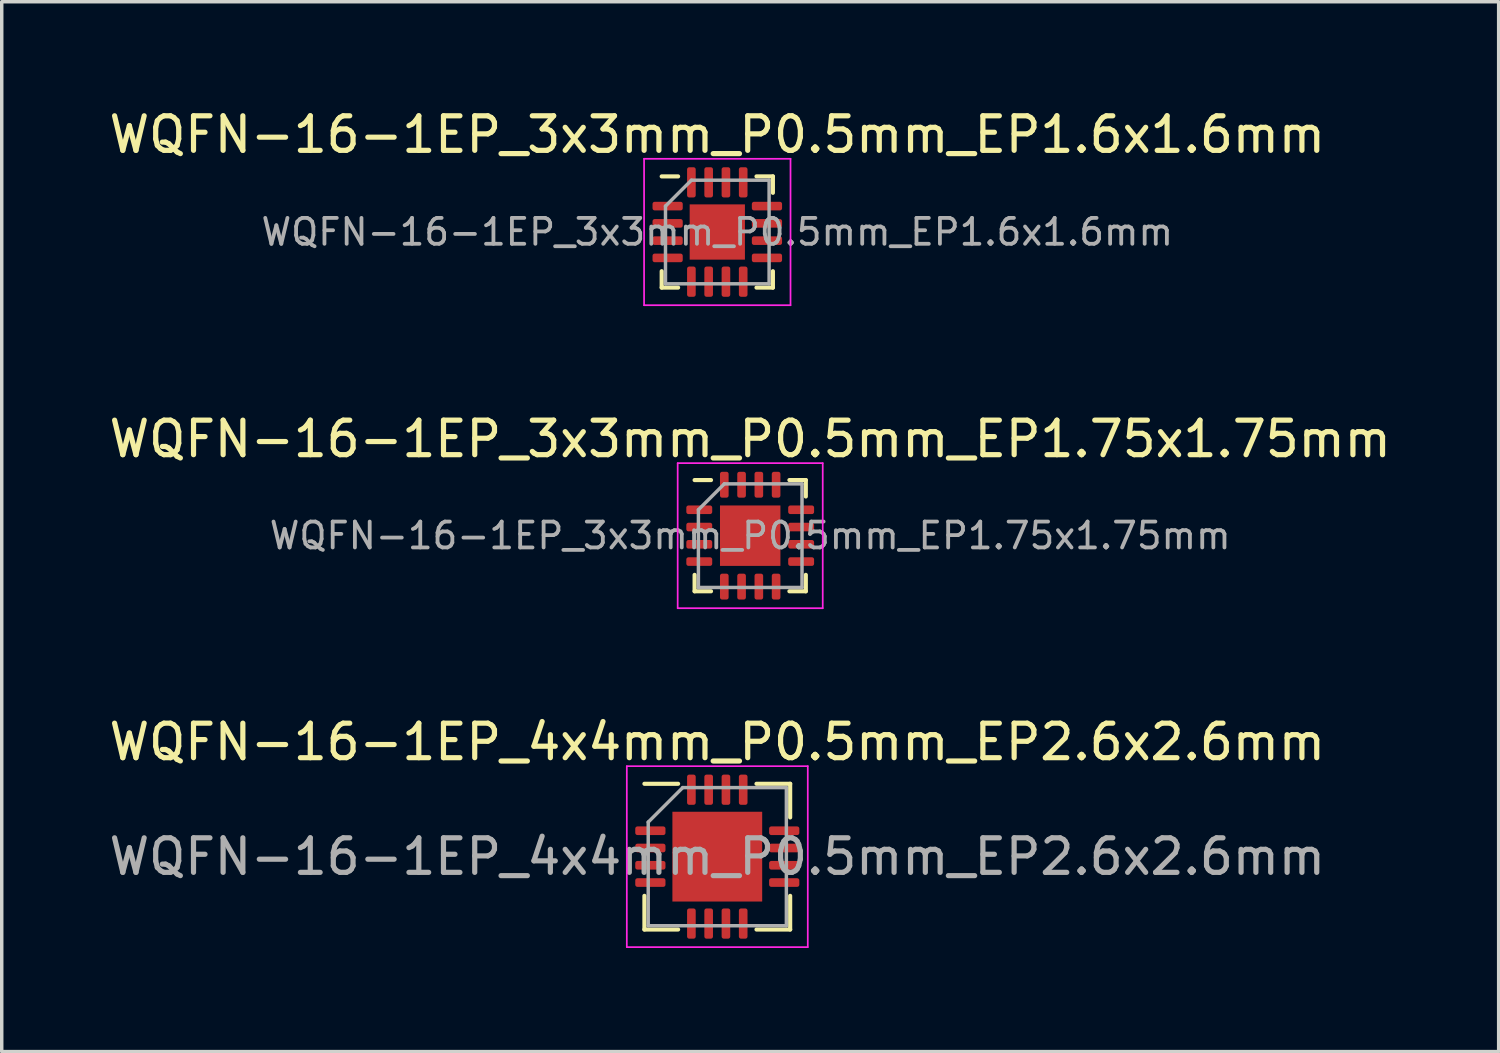
<source format=kicad_pcb>
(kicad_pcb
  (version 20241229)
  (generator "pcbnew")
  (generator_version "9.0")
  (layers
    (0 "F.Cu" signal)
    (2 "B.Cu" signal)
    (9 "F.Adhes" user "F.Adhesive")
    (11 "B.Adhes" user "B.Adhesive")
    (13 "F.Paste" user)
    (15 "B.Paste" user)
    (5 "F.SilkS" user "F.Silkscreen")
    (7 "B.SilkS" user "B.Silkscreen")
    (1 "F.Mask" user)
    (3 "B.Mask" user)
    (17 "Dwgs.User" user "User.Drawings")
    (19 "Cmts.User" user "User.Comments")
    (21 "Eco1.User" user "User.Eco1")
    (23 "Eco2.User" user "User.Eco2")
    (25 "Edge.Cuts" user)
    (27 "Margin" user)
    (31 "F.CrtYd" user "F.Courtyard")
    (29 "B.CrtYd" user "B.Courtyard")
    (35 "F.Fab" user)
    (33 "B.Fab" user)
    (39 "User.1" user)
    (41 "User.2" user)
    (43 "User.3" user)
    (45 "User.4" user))
  (footprint "WQFN-16-1EP_3x3mm_P0.5mm_EP1.6x1.6mm"
    (layer "F.Cu")
    (at 17.72 3.668)
    (property "Reference" "WQFN-16-1EP_3x3mm_P0.5mm_EP1.6x1.6mm" (at 0 -2.82 0) (layer "F.SilkS") (effects (font (size 1 1) (thickness 0.15))))
    (attr smd)
    (fp_line (start -1.61 1.61) (end -1.61 1.135) (stroke (width 0.12) (type solid)) (layer "F.SilkS"))
    (fp_line (start -1.135 -1.61) (end -1.61 -1.61) (stroke (width 0.12) (type solid)) (layer "F.SilkS"))
    (fp_line (start -1.135 1.61) (end -1.61 1.61) (stroke (width 0.12) (type solid)) (layer "F.SilkS"))
    (fp_line (start 1.135 -1.61) (end 1.61 -1.61) (stroke (width 0.12) (type solid)) (layer "F.SilkS"))
    (fp_line (start 1.135 1.61) (end 1.61 1.61) (stroke (width 0.12) (type solid)) (layer "F.SilkS"))
    (fp_line (start 1.61 -1.61) (end 1.61 -1.135) (stroke (width 0.12) (type solid)) (layer "F.SilkS"))
    (fp_line (start 1.61 1.61) (end 1.61 1.135) (stroke (width 0.12) (type solid)) (layer "F.SilkS"))
    (fp_line (start -2.12 -2.12) (end -2.12 2.12) (stroke (width 0.05) (type solid)) (layer "F.CrtYd"))
    (fp_line (start -2.12 2.12) (end 2.12 2.12) (stroke (width 0.05) (type solid)) (layer "F.CrtYd"))
    (fp_line (start 2.12 -2.12) (end -2.12 -2.12) (stroke (width 0.05) (type solid)) (layer "F.CrtYd"))
    (fp_line (start 2.12 2.12) (end 2.12 -2.12) (stroke (width 0.05) (type solid)) (layer "F.CrtYd"))
    (fp_line (start -1.5 -0.75) (end -0.75 -1.5) (stroke (width 0.1) (type solid)) (layer "F.Fab"))
    (fp_line (start -1.5 1.5) (end -1.5 -0.75) (stroke (width 0.1) (type solid)) (layer "F.Fab"))
    (fp_line (start -0.75 -1.5) (end 1.5 -1.5) (stroke (width 0.1) (type solid)) (layer "F.Fab"))
    (fp_line (start 1.5 -1.5) (end 1.5 1.5) (stroke (width 0.1) (type solid)) (layer "F.Fab"))
    (fp_line (start 1.5 1.5) (end -1.5 1.5) (stroke (width 0.1) (type solid)) (layer "F.Fab"))
    (fp_text user "${REFERENCE}" (at 0 0 0) (layer "F.Fab") (effects (font (size 0.75 0.75) (thickness 0.11))))
    (pad "" smd roundrect (at -0.4 -0.4) (size 0.64 0.64) (layers "F.Paste") (roundrect_rratio 0.25))
    (pad "" smd roundrect (at -0.4 0.4) (size 0.64 0.64) (layers "F.Paste") (roundrect_rratio 0.25))
    (pad "" smd roundrect (at 0.4 -0.4) (size 0.64 0.64) (layers "F.Paste") (roundrect_rratio 0.25))
    (pad "" smd roundrect (at 0.4 0.4) (size 0.64 0.64) (layers "F.Paste") (roundrect_rratio 0.25))
    (pad "1" smd roundrect (at -1.438 -0.75) (size 0.875 0.25) (layers "F.Cu" "F.Mask" "F.Paste") (roundrect_rratio 0.25))
    (pad "2" smd roundrect (at -1.438 -0.25) (size 0.875 0.25) (layers "F.Cu" "F.Mask" "F.Paste") (roundrect_rratio 0.25))
    (pad "3" smd roundrect (at -1.438 0.25) (size 0.875 0.25) (layers "F.Cu" "F.Mask" "F.Paste") (roundrect_rratio 0.25))
    (pad "4" smd roundrect (at -1.438 0.75) (size 0.875 0.25) (layers "F.Cu" "F.Mask" "F.Paste") (roundrect_rratio 0.25))
    (pad "5" smd roundrect (at -0.75 1.438) (size 0.25 0.875) (layers "F.Cu" "F.Mask" "F.Paste") (roundrect_rratio 0.25))
    (pad "6" smd roundrect (at -0.25 1.438) (size 0.25 0.875) (layers "F.Cu" "F.Mask" "F.Paste") (roundrect_rratio 0.25))
    (pad "7" smd roundrect (at 0.25 1.438) (size 0.25 0.875) (layers "F.Cu" "F.Mask" "F.Paste") (roundrect_rratio 0.25))
    (pad "8" smd roundrect (at 0.75 1.438) (size 0.25 0.875) (layers "F.Cu" "F.Mask" "F.Paste") (roundrect_rratio 0.25))
    (pad "9" smd roundrect (at 1.438 0.75) (size 0.875 0.25) (layers "F.Cu" "F.Mask" "F.Paste") (roundrect_rratio 0.25))
    (pad "10" smd roundrect (at 1.438 0.25) (size 0.875 0.25) (layers "F.Cu" "F.Mask" "F.Paste") (roundrect_rratio 0.25))
    (pad "11" smd roundrect (at 1.438 -0.25) (size 0.875 0.25) (layers "F.Cu" "F.Mask" "F.Paste") (roundrect_rratio 0.25))
    (pad "12" smd roundrect (at 1.438 -0.75) (size 0.875 0.25) (layers "F.Cu" "F.Mask" "F.Paste") (roundrect_rratio 0.25))
    (pad "13" smd roundrect (at 0.75 -1.438) (size 0.25 0.875) (layers "F.Cu" "F.Mask" "F.Paste") (roundrect_rratio 0.25))
    (pad "14" smd roundrect (at 0.25 -1.438) (size 0.25 0.875) (layers "F.Cu" "F.Mask" "F.Paste") (roundrect_rratio 0.25))
    (pad "15" smd roundrect (at -0.25 -1.438) (size 0.25 0.875) (layers "F.Cu" "F.Mask" "F.Paste") (roundrect_rratio 0.25))
    (pad "16" smd roundrect (at -0.75 -1.438) (size 0.25 0.875) (layers "F.Cu" "F.Mask" "F.Paste") (roundrect_rratio 0.25))
    (pad "17" smd rect (at 0 0) (size 1.6 1.6) (layers "F.Cu" "F.Mask")))
  (footprint "WQFN-16-1EP_4x4mm_P0.5mm_EP2.6x2.6mm"
    (layer "F.Cu")
    (at 17.72 21.755)
    (property "Reference" "WQFN-16-1EP_4x4mm_P0.5mm_EP2.6x2.6mm" (at 0 -3.32 0) (layer "F.SilkS") (effects (font (size 1 1) (thickness 0.15))))
    (attr smd)
    (fp_line (start -2.11 2.11) (end -2.11 1.135) (stroke (width 0.12) (type solid)) (layer "F.SilkS"))
    (fp_line (start -1.135 -2.11) (end -2.11 -2.11) (stroke (width 0.12) (type solid)) (layer "F.SilkS"))
    (fp_line (start -1.135 2.11) (end -2.11 2.11) (stroke (width 0.12) (type solid)) (layer "F.SilkS"))
    (fp_line (start 1.135 -2.11) (end 2.11 -2.11) (stroke (width 0.12) (type solid)) (layer "F.SilkS"))
    (fp_line (start 1.135 2.11) (end 2.11 2.11) (stroke (width 0.12) (type solid)) (layer "F.SilkS"))
    (fp_line (start 2.11 -2.11) (end 2.11 -1.135) (stroke (width 0.12) (type solid)) (layer "F.SilkS"))
    (fp_line (start 2.11 2.11) (end 2.11 1.135) (stroke (width 0.12) (type solid)) (layer "F.SilkS"))
    (fp_line (start -2.62 -2.62) (end -2.62 2.62) (stroke (width 0.05) (type solid)) (layer "F.CrtYd"))
    (fp_line (start -2.62 2.62) (end 2.62 2.62) (stroke (width 0.05) (type solid)) (layer "F.CrtYd"))
    (fp_line (start 2.62 -2.62) (end -2.62 -2.62) (stroke (width 0.05) (type solid)) (layer "F.CrtYd"))
    (fp_line (start 2.62 2.62) (end 2.62 -2.62) (stroke (width 0.05) (type solid)) (layer "F.CrtYd"))
    (fp_line (start -2 -1) (end -1 -2) (stroke (width 0.1) (type solid)) (layer "F.Fab"))
    (fp_line (start -2 2) (end -2 -1) (stroke (width 0.1) (type solid)) (layer "F.Fab"))
    (fp_line (start -1 -2) (end 2 -2) (stroke (width 0.1) (type solid)) (layer "F.Fab"))
    (fp_line (start 2 -2) (end 2 2) (stroke (width 0.1) (type solid)) (layer "F.Fab"))
    (fp_line (start 2 2) (end -2 2) (stroke (width 0.1) (type solid)) (layer "F.Fab"))
    (fp_text user "${REFERENCE}" (at 0 0 0) (layer "F.Fab") (effects (font (size 1 1) (thickness 0.15))))
    (pad "" smd roundrect (at -0.65 -0.65) (size 1.05 1.05) (layers "F.Paste") (roundrect_rratio 0.238))
    (pad "" smd roundrect (at -0.65 0.65) (size 1.05 1.05) (layers "F.Paste") (roundrect_rratio 0.238))
    (pad "" smd roundrect (at 0.65 -0.65) (size 1.05 1.05) (layers "F.Paste") (roundrect_rratio 0.238))
    (pad "" smd roundrect (at 0.65 0.65) (size 1.05 1.05) (layers "F.Paste") (roundrect_rratio 0.238))
    (pad "1" smd roundrect (at -1.938 -0.75) (size 0.875 0.25) (layers "F.Cu" "F.Mask" "F.Paste") (roundrect_rratio 0.25))
    (pad "2" smd roundrect (at -1.938 -0.25) (size 0.875 0.25) (layers "F.Cu" "F.Mask" "F.Paste") (roundrect_rratio 0.25))
    (pad "3" smd roundrect (at -1.938 0.25) (size 0.875 0.25) (layers "F.Cu" "F.Mask" "F.Paste") (roundrect_rratio 0.25))
    (pad "4" smd roundrect (at -1.938 0.75) (size 0.875 0.25) (layers "F.Cu" "F.Mask" "F.Paste") (roundrect_rratio 0.25))
    (pad "5" smd roundrect (at -0.75 1.938) (size 0.25 0.875) (layers "F.Cu" "F.Mask" "F.Paste") (roundrect_rratio 0.25))
    (pad "6" smd roundrect (at -0.25 1.938) (size 0.25 0.875) (layers "F.Cu" "F.Mask" "F.Paste") (roundrect_rratio 0.25))
    (pad "7" smd roundrect (at 0.25 1.938) (size 0.25 0.875) (layers "F.Cu" "F.Mask" "F.Paste") (roundrect_rratio 0.25))
    (pad "8" smd roundrect (at 0.75 1.938) (size 0.25 0.875) (layers "F.Cu" "F.Mask" "F.Paste") (roundrect_rratio 0.25))
    (pad "9" smd roundrect (at 1.938 0.75) (size 0.875 0.25) (layers "F.Cu" "F.Mask" "F.Paste") (roundrect_rratio 0.25))
    (pad "10" smd roundrect (at 1.938 0.25) (size 0.875 0.25) (layers "F.Cu" "F.Mask" "F.Paste") (roundrect_rratio 0.25))
    (pad "11" smd roundrect (at 1.938 -0.25) (size 0.875 0.25) (layers "F.Cu" "F.Mask" "F.Paste") (roundrect_rratio 0.25))
    (pad "12" smd roundrect (at 1.938 -0.75) (size 0.875 0.25) (layers "F.Cu" "F.Mask" "F.Paste") (roundrect_rratio 0.25))
    (pad "13" smd roundrect (at 0.75 -1.938) (size 0.25 0.875) (layers "F.Cu" "F.Mask" "F.Paste") (roundrect_rratio 0.25))
    (pad "14" smd roundrect (at 0.25 -1.938) (size 0.25 0.875) (layers "F.Cu" "F.Mask" "F.Paste") (roundrect_rratio 0.25))
    (pad "15" smd roundrect (at -0.25 -1.938) (size 0.25 0.875) (layers "F.Cu" "F.Mask" "F.Paste") (roundrect_rratio 0.25))
    (pad "16" smd roundrect (at -0.75 -1.938) (size 0.25 0.875) (layers "F.Cu" "F.Mask" "F.Paste") (roundrect_rratio 0.25))
    (pad "17" smd rect (at 0 0) (size 2.6 2.6) (layers "F.Cu" "F.Mask")))
  (footprint "WQFN-16-1EP_3x3mm_P0.5mm_EP1.75x1.75mm"
    (layer "F.Cu")
    (at 18.673 12.461)
    (property "Reference" "WQFN-16-1EP_3x3mm_P0.5mm_EP1.75x1.75mm" (at 0 -2.8 0) (layer "F.SilkS") (effects (font (size 1 1) (thickness 0.15))))
    (attr smd)
    (fp_line (start -1.61 1.61) (end -1.61 1.135) (stroke (width 0.12) (type solid)) (layer "F.SilkS"))
    (fp_line (start -1.135 -1.61) (end -1.61 -1.61) (stroke (width 0.12) (type solid)) (layer "F.SilkS"))
    (fp_line (start -1.135 1.61) (end -1.61 1.61) (stroke (width 0.12) (type solid)) (layer "F.SilkS"))
    (fp_line (start 1.135 -1.61) (end 1.61 -1.61) (stroke (width 0.12) (type solid)) (layer "F.SilkS"))
    (fp_line (start 1.135 1.61) (end 1.61 1.61) (stroke (width 0.12) (type solid)) (layer "F.SilkS"))
    (fp_line (start 1.61 -1.61) (end 1.61 -1.135) (stroke (width 0.12) (type solid)) (layer "F.SilkS"))
    (fp_line (start 1.61 1.61) (end 1.61 1.135) (stroke (width 0.12) (type solid)) (layer "F.SilkS"))
    (fp_line (start -2.1 -2.1) (end -2.1 2.1) (stroke (width 0.05) (type solid)) (layer "F.CrtYd"))
    (fp_line (start -2.1 2.1) (end 2.1 2.1) (stroke (width 0.05) (type solid)) (layer "F.CrtYd"))
    (fp_line (start 2.1 -2.1) (end -2.1 -2.1) (stroke (width 0.05) (type solid)) (layer "F.CrtYd"))
    (fp_line (start 2.1 2.1) (end 2.1 -2.1) (stroke (width 0.05) (type solid)) (layer "F.CrtYd"))
    (fp_line (start -1.5 -0.75) (end -0.75 -1.5) (stroke (width 0.1) (type solid)) (layer "F.Fab"))
    (fp_line (start -1.5 1.5) (end -1.5 -0.75) (stroke (width 0.1) (type solid)) (layer "F.Fab"))
    (fp_line (start -0.75 -1.5) (end 1.5 -1.5) (stroke (width 0.1) (type solid)) (layer "F.Fab"))
    (fp_line (start 1.5 -1.5) (end 1.5 1.5) (stroke (width 0.1) (type solid)) (layer "F.Fab"))
    (fp_line (start 1.5 1.5) (end -1.5 1.5) (stroke (width 0.1) (type solid)) (layer "F.Fab"))
    (fp_text user "${REFERENCE}" (at 0 0 0) (layer "F.Fab") (effects (font (size 0.75 0.75) (thickness 0.11))))
    (pad "" smd roundrect (at -0.44 -0.44) (size 0.71 0.71) (layers "F.Paste") (roundrect_rratio 0.25))
    (pad "" smd roundrect (at -0.44 0.44) (size 0.71 0.71) (layers "F.Paste") (roundrect_rratio 0.25))
    (pad "" smd roundrect (at 0.44 -0.44) (size 0.71 0.71) (layers "F.Paste") (roundrect_rratio 0.25))
    (pad "" smd roundrect (at 0.44 0.44) (size 0.71 0.71) (layers "F.Paste") (roundrect_rratio 0.25))
    (pad "1" smd roundrect (at -1.475 -0.75) (size 0.75 0.25) (layers "F.Cu" "F.Mask" "F.Paste") (roundrect_rratio 0.25))
    (pad "2" smd roundrect (at -1.475 -0.25) (size 0.75 0.25) (layers "F.Cu" "F.Mask" "F.Paste") (roundrect_rratio 0.25))
    (pad "3" smd roundrect (at -1.475 0.25) (size 0.75 0.25) (layers "F.Cu" "F.Mask" "F.Paste") (roundrect_rratio 0.25))
    (pad "4" smd roundrect (at -1.475 0.75) (size 0.75 0.25) (layers "F.Cu" "F.Mask" "F.Paste") (roundrect_rratio 0.25))
    (pad "5" smd roundrect (at -0.75 1.475) (size 0.25 0.75) (layers "F.Cu" "F.Mask" "F.Paste") (roundrect_rratio 0.25))
    (pad "6" smd roundrect (at -0.25 1.475) (size 0.25 0.75) (layers "F.Cu" "F.Mask" "F.Paste") (roundrect_rratio 0.25))
    (pad "7" smd roundrect (at 0.25 1.475) (size 0.25 0.75) (layers "F.Cu" "F.Mask" "F.Paste") (roundrect_rratio 0.25))
    (pad "8" smd roundrect (at 0.75 1.475) (size 0.25 0.75) (layers "F.Cu" "F.Mask" "F.Paste") (roundrect_rratio 0.25))
    (pad "9" smd roundrect (at 1.475 0.75) (size 0.75 0.25) (layers "F.Cu" "F.Mask" "F.Paste") (roundrect_rratio 0.25))
    (pad "10" smd roundrect (at 1.475 0.25) (size 0.75 0.25) (layers "F.Cu" "F.Mask" "F.Paste") (roundrect_rratio 0.25))
    (pad "11" smd roundrect (at 1.475 -0.25) (size 0.75 0.25) (layers "F.Cu" "F.Mask" "F.Paste") (roundrect_rratio 0.25))
    (pad "12" smd roundrect (at 1.475 -0.75) (size 0.75 0.25) (layers "F.Cu" "F.Mask" "F.Paste") (roundrect_rratio 0.25))
    (pad "13" smd roundrect (at 0.75 -1.475) (size 0.25 0.75) (layers "F.Cu" "F.Mask" "F.Paste") (roundrect_rratio 0.25))
    (pad "14" smd roundrect (at 0.25 -1.475) (size 0.25 0.75) (layers "F.Cu" "F.Mask" "F.Paste") (roundrect_rratio 0.25))
    (pad "15" smd roundrect (at -0.25 -1.475) (size 0.25 0.75) (layers "F.Cu" "F.Mask" "F.Paste") (roundrect_rratio 0.25))
    (pad "16" smd roundrect (at -0.75 -1.475) (size 0.25 0.75) (layers "F.Cu" "F.Mask" "F.Paste") (roundrect_rratio 0.25))
    (pad "17" smd rect (at 0 0) (size 1.75 1.75) (layers "F.Cu" "F.Mask")))
  (gr_rect
    (start -3 -3)
    (end 40.345 27.4)
    (stroke (width 0.1) (type default))
    (fill no)
    (layer "Edge.Cuts")))
</source>
